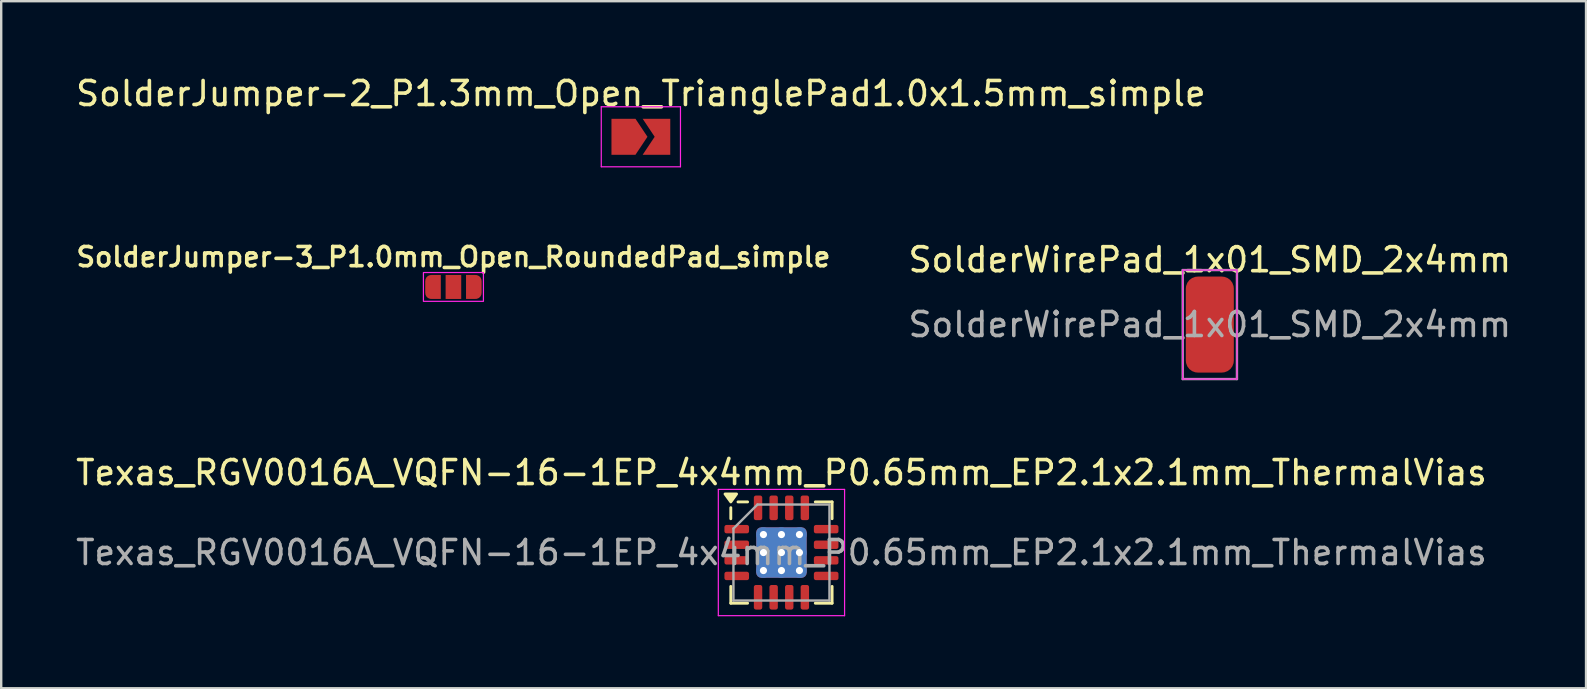
<source format=kicad_pcb>
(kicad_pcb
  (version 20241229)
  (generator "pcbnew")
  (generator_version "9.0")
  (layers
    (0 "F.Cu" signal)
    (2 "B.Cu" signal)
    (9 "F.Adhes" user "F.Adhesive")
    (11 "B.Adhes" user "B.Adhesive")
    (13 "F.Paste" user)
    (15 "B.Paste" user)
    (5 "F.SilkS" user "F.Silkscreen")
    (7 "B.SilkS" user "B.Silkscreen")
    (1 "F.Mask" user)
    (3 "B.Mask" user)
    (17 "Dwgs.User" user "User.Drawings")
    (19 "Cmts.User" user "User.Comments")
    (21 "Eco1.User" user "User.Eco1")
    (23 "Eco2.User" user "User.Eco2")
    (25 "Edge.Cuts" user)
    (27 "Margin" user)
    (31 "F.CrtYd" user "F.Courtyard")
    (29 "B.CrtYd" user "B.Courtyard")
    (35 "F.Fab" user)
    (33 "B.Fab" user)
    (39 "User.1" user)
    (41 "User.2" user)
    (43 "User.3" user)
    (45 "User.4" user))
  (footprint "SolderJumper-3_P1.0mm_Open_RoundedPad_simple"
    (layer "F.Cu")
    (at 15.84 8.905)
    (property "Reference" "SolderJumper-3_P1.0mm_Open_RoundedPad_simple" (at 0 -1.25 0) (layer "F.SilkS") (effects (font (size 0.8 0.8) (thickness 0.15))))
    (attr exclude_from_pos_files exclude_from_bom)
    (fp_rect (start -1.25 -0.6) (end 1.25 0.6) (stroke (width 0.05) (type default)) (fill no) (layer "F.CrtYd"))
    (pad "1" smd custom (at -0.85 0) (size 0.65 0.5) (layers "F.Cu" "F.Mask") (options (anchor rect)) (primitives (gr_circle (center -0.075 0.25) (end 0.175 0.25) (width 0) (fill yes)) (gr_rect (start -0.075 -0.5) (end 0.325 0.5) (width 0) (fill yes)) (gr_circle (center -0.075 -0.25) (end 0.175 -0.25) (width 0) (fill yes))))
    (pad "2" smd rect (at 0 0) (size 0.65 1) (layers "F.Cu" "F.Mask"))
    (pad "3" smd custom (at 0.85 0 180) (size 0.65 0.5) (layers "F.Cu" "F.Mask") (options (anchor rect)) (primitives (gr_circle (center -0.075 -0.25) (end 0.175 -0.25) (width 0) (fill yes)) (gr_rect (start -0.075 -0.5) (end 0.325 0.5) (width 0) (fill yes)) (gr_circle (center -0.075 0.25) (end 0.175 0.25) (width 0) (fill yes)))))
  (footprint "SolderJumper-2_P1.3mm_Open_TrianglePad1.0x1.5mm_simple"
    (layer "F.Cu")
    (at 23.649 2.648)
    (property "Reference" "SolderJumper-2_P1.3mm_Open_TrianglePad1.0x1.5mm_simple" (at 0 -1.8 0) (layer "F.SilkS") (effects (font (size 1 1) (thickness 0.15))))
    (attr exclude_from_pos_files exclude_from_bom)
    (fp_line (start -1.65 -1.25) (end -1.65 1.25) (stroke (width 0.05) (type solid)) (layer "F.CrtYd"))
    (fp_line (start -1.65 -1.25) (end 1.65 -1.25) (stroke (width 0.05) (type solid)) (layer "F.CrtYd"))
    (fp_line (start 1.65 1.25) (end -1.65 1.25) (stroke (width 0.05) (type solid)) (layer "F.CrtYd"))
    (fp_line (start 1.65 1.25) (end 1.65 -1.25) (stroke (width 0.05) (type solid)) (layer "F.CrtYd"))
    (pad "1" smd custom (at -0.725 0) (size 0.3 0.3) (layers "F.Cu" "F.Mask") (options (anchor rect)) (primitives (gr_poly (pts (xy 1 0) (xy 0.5 0.75) (xy -0.5 0.75) (xy -0.5 -0.75) (xy 0.5 -0.75)) (width 0) (fill yes))))
    (pad "2" smd custom (at 0.725 0) (size 0.3 0.3) (layers "F.Cu" "F.Mask") (options (anchor rect)) (primitives (gr_poly (pts (xy 0.5 0.75) (xy -0.65 0.75) (xy -0.15 0) (xy -0.65 -0.75) (xy 0.5 -0.75)) (width 0) (fill yes)))))
  (footprint "SolderWirePad_1x01_SMD_2x4mm"
    (layer "F.Cu")
    (at 47.353 10.472)
    (property "Reference" "SolderWirePad_1x01_SMD_2x4mm" (at 0 -2.7 0) (layer "F.SilkS") (effects (font (size 1 1) (thickness 0.15))))
    (attr exclude_from_pos_files exclude_from_bom)
    (fp_line (start -1.13 -2.27) (end -1.13 2.27) (stroke (width 0.05) (type solid)) (layer "F.CrtYd"))
    (fp_line (start -1.13 2.27) (end 1.13 2.27) (stroke (width 0.05) (type solid)) (layer "F.CrtYd"))
    (fp_line (start 1.13 -2.27) (end -1.13 -2.27) (stroke (width 0.05) (type solid)) (layer "F.CrtYd"))
    (fp_line (start 1.13 2.27) (end 1.13 -2.27) (stroke (width 0.05) (type solid)) (layer "F.CrtYd"))
    (fp_line (start -1.13 -2.27) (end 1.13 -2.27) (stroke (width 0.1) (type solid)) (layer "F.Fab"))
    (fp_line (start -1.13 2.27) (end -1.13 -2.27) (stroke (width 0.1) (type solid)) (layer "F.Fab"))
    (fp_line (start 1.13 -2.27) (end 1.13 2.27) (stroke (width 0.1) (type solid)) (layer "F.Fab"))
    (fp_line (start 1.13 2.27) (end -1.13 2.27) (stroke (width 0.1) (type solid)) (layer "F.Fab"))
    (fp_text user "${REFERENCE}" (at 0 0 0) (layer "F.Fab") (effects (font (size 1 1) (thickness 0.15))))
    (pad "1" smd roundrect (at 0 0) (size 2 4) (layers "F.Cu" "F.Mask" "F.Paste") (roundrect_rratio 0.25)))
  (footprint "Texas_RGV0016A_VQFN-16-1EP_4x4mm_P0.65mm_EP2.1x2.1mm_ThermalVias"
    (layer "F.Cu")
    (at 29.506 19.97)
    (property "Reference" "Texas_RGV0016A_VQFN-16-1EP_4x4mm_P0.65mm_EP2.1x2.1mm_ThermalVias" (at 0 -3.33 0) (layer "F.SilkS") (effects (font (size 1 1) (thickness 0.15))))
    (attr smd)
    (fp_line (start -2.11 -1.41) (end -2.11 -1.87) (stroke (width 0.12) (type solid)) (layer "F.SilkS"))
    (fp_line (start -2.11 2.11) (end -2.11 1.41) (stroke (width 0.12) (type solid)) (layer "F.SilkS"))
    (fp_line (start -1.41 -2.11) (end -1.81 -2.11) (stroke (width 0.12) (type solid)) (layer "F.SilkS"))
    (fp_line (start -1.41 2.11) (end -2.11 2.11) (stroke (width 0.12) (type solid)) (layer "F.SilkS"))
    (fp_line (start 1.41 -2.11) (end 2.11 -2.11) (stroke (width 0.12) (type solid)) (layer "F.SilkS"))
    (fp_line (start 1.41 2.11) (end 2.11 2.11) (stroke (width 0.12) (type solid)) (layer "F.SilkS"))
    (fp_line (start 2.11 -2.11) (end 2.11 -1.41) (stroke (width 0.12) (type solid)) (layer "F.SilkS"))
    (fp_line (start 2.11 2.11) (end 2.11 1.41) (stroke (width 0.12) (type solid)) (layer "F.SilkS"))
    (fp_poly (pts (xy -2.11 -2.11) (xy -2.35 -2.44) (xy -1.87 -2.44) (xy -2.11 -2.11)) (stroke (width 0.12) (type solid)) (fill yes) (layer "F.SilkS"))
    (fp_line (start -2.63 -2.63) (end -2.63 2.63) (stroke (width 0.05) (type solid)) (layer "F.CrtYd"))
    (fp_line (start -2.63 2.63) (end 2.63 2.63) (stroke (width 0.05) (type solid)) (layer "F.CrtYd"))
    (fp_line (start 2.63 -2.63) (end -2.63 -2.63) (stroke (width 0.05) (type solid)) (layer "F.CrtYd"))
    (fp_line (start 2.63 2.63) (end 2.63 -2.63) (stroke (width 0.05) (type solid)) (layer "F.CrtYd"))
    (fp_line (start -2 -1) (end -1 -2) (stroke (width 0.1) (type solid)) (layer "F.Fab"))
    (fp_line (start -2 2) (end -2 -1) (stroke (width 0.1) (type solid)) (layer "F.Fab"))
    (fp_line (start -1 -2) (end 2 -2) (stroke (width 0.1) (type solid)) (layer "F.Fab"))
    (fp_line (start 2 -2) (end 2 2) (stroke (width 0.1) (type solid)) (layer "F.Fab"))
    (fp_line (start 2 2) (end -2 2) (stroke (width 0.1) (type solid)) (layer "F.Fab"))
    (fp_text user "${REFERENCE}" (at 0 0 0) (layer "F.Fab") (effects (font (size 1 1) (thickness 0.15))))
    (pad "" smd roundrect (at -0.525 -0.525) (size 0.91 0.91) (layers "F.Paste") (roundrect_rratio 0.25))
    (pad "" smd roundrect (at -0.525 0.525) (size 0.91 0.91) (layers "F.Paste") (roundrect_rratio 0.25))
    (pad "" smd roundrect (at 0.525 -0.525) (size 0.91 0.91) (layers "F.Paste") (roundrect_rratio 0.25))
    (pad "" smd roundrect (at 0.525 0.525) (size 0.91 0.91) (layers "F.Paste") (roundrect_rratio 0.25))
    (pad "1" smd roundrect (at -1.863 -0.975) (size 1.025 0.35) (layers "F.Cu" "F.Mask" "F.Paste") (roundrect_rratio 0.25))
    (pad "2" smd roundrect (at -1.863 -0.325) (size 1.025 0.35) (layers "F.Cu" "F.Mask" "F.Paste") (roundrect_rratio 0.25))
    (pad "3" smd roundrect (at -1.863 0.325) (size 1.025 0.35) (layers "F.Cu" "F.Mask" "F.Paste") (roundrect_rratio 0.25))
    (pad "4" smd roundrect (at -1.863 0.975) (size 1.025 0.35) (layers "F.Cu" "F.Mask" "F.Paste") (roundrect_rratio 0.25))
    (pad "5" smd roundrect (at -0.975 1.863) (size 0.35 1.025) (layers "F.Cu" "F.Mask" "F.Paste") (roundrect_rratio 0.25))
    (pad "6" smd roundrect (at -0.325 1.863) (size 0.35 1.025) (layers "F.Cu" "F.Mask" "F.Paste") (roundrect_rratio 0.25))
    (pad "7" smd roundrect (at 0.325 1.863) (size 0.35 1.025) (layers "F.Cu" "F.Mask" "F.Paste") (roundrect_rratio 0.25))
    (pad "8" smd roundrect (at 0.975 1.863) (size 0.35 1.025) (layers "F.Cu" "F.Mask" "F.Paste") (roundrect_rratio 0.25))
    (pad "9" smd roundrect (at 1.863 0.975) (size 1.025 0.35) (layers "F.Cu" "F.Mask" "F.Paste") (roundrect_rratio 0.25))
    (pad "10" smd roundrect (at 1.863 0.325) (size 1.025 0.35) (layers "F.Cu" "F.Mask" "F.Paste") (roundrect_rratio 0.25))
    (pad "11" smd roundrect (at 1.863 -0.325) (size 1.025 0.35) (layers "F.Cu" "F.Mask" "F.Paste") (roundrect_rratio 0.25))
    (pad "12" smd roundrect (at 1.863 -0.975) (size 1.025 0.35) (layers "F.Cu" "F.Mask" "F.Paste") (roundrect_rratio 0.25))
    (pad "13" smd roundrect (at 0.975 -1.863) (size 0.35 1.025) (layers "F.Cu" "F.Mask" "F.Paste") (roundrect_rratio 0.25))
    (pad "14" smd roundrect (at 0.325 -1.863) (size 0.35 1.025) (layers "F.Cu" "F.Mask" "F.Paste") (roundrect_rratio 0.25))
    (pad "15" smd roundrect (at -0.325 -1.863) (size 0.35 1.025) (layers "F.Cu" "F.Mask" "F.Paste") (roundrect_rratio 0.25))
    (pad "16" smd roundrect (at -0.975 -1.863) (size 0.35 1.025) (layers "F.Cu" "F.Mask" "F.Paste") (roundrect_rratio 0.25))
    (pad "17" thru_hole circle (at -0.75 -0.75) (size 0.6 0.6) (drill 0.3) (property pad_prop_heatsink) (layers "*.Cu"))
    (pad "17" thru_hole circle (at -0.75 0) (size 0.6 0.6) (drill 0.3) (property pad_prop_heatsink) (layers "*.Cu"))
    (pad "17" thru_hole circle (at -0.75 0.75) (size 0.6 0.6) (drill 0.3) (property pad_prop_heatsink) (layers "*.Cu"))
    (pad "17" thru_hole circle (at 0 -0.75) (size 0.6 0.6) (drill 0.3) (property pad_prop_heatsink) (layers "*.Cu"))
    (pad "17" thru_hole circle (at 0 0) (size 0.6 0.6) (drill 0.3) (property pad_prop_heatsink) (layers "*.Cu"))
    (pad "17" smd roundrect (at 0 0) (size 2.1 2.1) (property pad_prop_heatsink) (layers "F.Cu" "F.Mask") (roundrect_rratio 0.1))
    (pad "17" smd roundrect (at 0 0) (size 2.1 2.1) (property pad_prop_heatsink) (layers "B.Cu") (roundrect_rratio 0.1))
    (pad "17" thru_hole circle (at 0 0.75) (size 0.6 0.6) (drill 0.3) (property pad_prop_heatsink) (layers "*.Cu"))
    (pad "17" thru_hole circle (at 0.75 -0.75) (size 0.6 0.6) (drill 0.3) (property pad_prop_heatsink) (layers "*.Cu"))
    (pad "17" thru_hole circle (at 0.75 0) (size 0.6 0.6) (drill 0.3) (property pad_prop_heatsink) (layers "*.Cu"))
    (pad "17" thru_hole circle (at 0.75 0.75) (size 0.6 0.6) (drill 0.3) (property pad_prop_heatsink) (layers "*.Cu")))
  (gr_rect
    (start -3 -3)
    (end 63.026 25.625)
    (stroke (width 0.1) (type default))
    (fill no)
    (layer "Edge.Cuts")))
</source>
